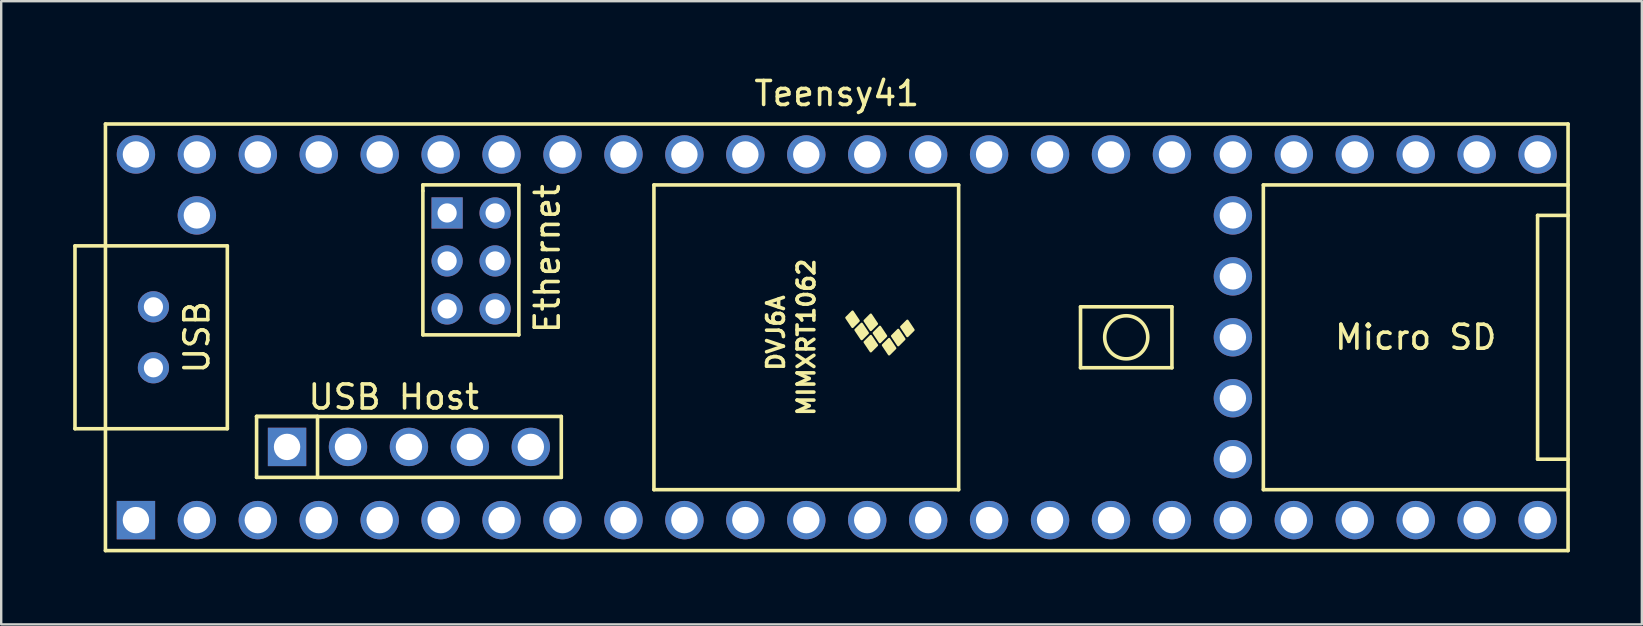
<source format=kicad_pcb>
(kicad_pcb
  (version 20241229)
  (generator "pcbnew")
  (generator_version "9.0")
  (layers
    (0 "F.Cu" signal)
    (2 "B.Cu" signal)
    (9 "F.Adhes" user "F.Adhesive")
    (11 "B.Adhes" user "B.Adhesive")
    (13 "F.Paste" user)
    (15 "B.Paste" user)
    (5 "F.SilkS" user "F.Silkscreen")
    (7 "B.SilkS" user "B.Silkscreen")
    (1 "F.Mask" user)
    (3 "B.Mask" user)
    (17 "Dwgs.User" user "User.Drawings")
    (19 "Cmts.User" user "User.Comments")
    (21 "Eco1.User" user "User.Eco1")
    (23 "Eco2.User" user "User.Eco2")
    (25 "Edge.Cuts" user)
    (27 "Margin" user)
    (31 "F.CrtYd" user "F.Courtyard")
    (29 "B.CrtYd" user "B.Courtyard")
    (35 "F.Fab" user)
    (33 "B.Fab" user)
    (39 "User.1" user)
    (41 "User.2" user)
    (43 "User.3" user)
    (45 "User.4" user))
  (footprint "Teensy41"
    (layer "F.Cu")
    (at 31.825 11.008)
    (property "Reference" "Teensy41" (at 0 -10.16 0) (layer "F.SilkS") (effects (font (size 1 1) (thickness 0.15))))
    (attr through_hole)
    (fp_line (start -31.75 -3.81) (end -30.48 -3.81) (stroke (width 0.15) (type solid)) (layer "F.SilkS"))
    (fp_line (start -31.75 3.81) (end -31.75 -3.81) (stroke (width 0.15) (type solid)) (layer "F.SilkS"))
    (fp_line (start -30.48 -8.89) (end 30.48 -8.89) (stroke (width 0.15) (type solid)) (layer "F.SilkS"))
    (fp_line (start -30.48 3.81) (end -31.75 3.81) (stroke (width 0.15) (type solid)) (layer "F.SilkS"))
    (fp_line (start -30.48 8.89) (end -30.48 -8.89) (stroke (width 0.15) (type solid)) (layer "F.SilkS"))
    (fp_line (start -25.4 -3.81) (end -30.48 -3.81) (stroke (width 0.15) (type solid)) (layer "F.SilkS"))
    (fp_line (start -25.4 3.81) (end -30.48 3.81) (stroke (width 0.15) (type solid)) (layer "F.SilkS"))
    (fp_line (start -25.4 3.81) (end -25.4 -3.81) (stroke (width 0.15) (type solid)) (layer "F.SilkS"))
    (fp_line (start -24.181 3.299) (end -21.641 3.299) (stroke (width 0.15) (type solid)) (layer "F.SilkS"))
    (fp_line (start -24.181 3.299) (end -11.481 3.299) (stroke (width 0.15) (type solid)) (layer "F.SilkS"))
    (fp_line (start -24.181 5.839) (end -24.181 3.299) (stroke (width 0.15) (type solid)) (layer "F.SilkS"))
    (fp_line (start -21.641 3.299) (end -21.641 5.839) (stroke (width 0.15) (type solid)) (layer "F.SilkS"))
    (fp_line (start -17.25 -6.352) (end -17.25 -6.102) (stroke (width 0.15) (type solid)) (layer "F.SilkS"))
    (fp_line (start -17.25 -6.102) (end -17.25 -0.102) (stroke (width 0.15) (type solid)) (layer "F.SilkS"))
    (fp_line (start -17.25 -0.102) (end -13.25 -0.102) (stroke (width 0.15) (type solid)) (layer "F.SilkS"))
    (fp_line (start -13.25 -6.352) (end -17.25 -6.352) (stroke (width 0.15) (type solid)) (layer "F.SilkS"))
    (fp_line (start -13.25 -0.102) (end -13.25 -6.352) (stroke (width 0.15) (type solid)) (layer "F.SilkS"))
    (fp_line (start -11.481 3.299) (end -11.481 5.839) (stroke (width 0.15) (type solid)) (layer "F.SilkS"))
    (fp_line (start -11.481 5.839) (end -24.181 5.839) (stroke (width 0.15) (type solid)) (layer "F.SilkS"))
    (fp_line (start -7.62 -6.35) (end -7.62 6.35) (stroke (width 0.15) (type solid)) (layer "F.SilkS"))
    (fp_line (start -7.62 6.35) (end 5.08 6.35) (stroke (width 0.15) (type solid)) (layer "F.SilkS"))
    (fp_line (start 5.08 -6.35) (end -7.62 -6.35) (stroke (width 0.15) (type solid)) (layer "F.SilkS"))
    (fp_line (start 5.08 6.35) (end 5.08 -6.35) (stroke (width 0.15) (type solid)) (layer "F.SilkS"))
    (fp_line (start 10.16 -1.27) (end 13.97 -1.27) (stroke (width 0.15) (type solid)) (layer "F.SilkS"))
    (fp_line (start 10.16 1.27) (end 10.16 -1.27) (stroke (width 0.15) (type solid)) (layer "F.SilkS"))
    (fp_line (start 13.97 -1.27) (end 13.97 1.27) (stroke (width 0.15) (type solid)) (layer "F.SilkS"))
    (fp_line (start 13.97 1.27) (end 10.16 1.27) (stroke (width 0.15) (type solid)) (layer "F.SilkS"))
    (fp_line (start 17.78 -6.35) (end 17.78 6.35) (stroke (width 0.15) (type solid)) (layer "F.SilkS"))
    (fp_line (start 17.78 6.35) (end 30.48 6.35) (stroke (width 0.15) (type solid)) (layer "F.SilkS"))
    (fp_line (start 29.21 -5.08) (end 29.21 5.08) (stroke (width 0.15) (type solid)) (layer "F.SilkS"))
    (fp_line (start 29.21 5.08) (end 30.48 5.08) (stroke (width 0.15) (type solid)) (layer "F.SilkS"))
    (fp_line (start 30.48 -8.89) (end 30.48 8.89) (stroke (width 0.15) (type solid)) (layer "F.SilkS"))
    (fp_line (start 30.48 -6.35) (end 17.78 -6.35) (stroke (width 0.15) (type solid)) (layer "F.SilkS"))
    (fp_line (start 30.48 -5.08) (end 29.21 -5.08) (stroke (width 0.15) (type solid)) (layer "F.SilkS"))
    (fp_line (start 30.48 8.89) (end -30.48 8.89) (stroke (width 0.15) (type solid)) (layer "F.SilkS"))
    (fp_circle (center 12.065 0) (end 12.7 -0.635) (stroke (width 0.15) (type solid)) (fill no) (layer "F.SilkS"))
    (fp_poly (pts (xy 0.911 -0.688) (xy 0.657 -0.434) (xy 0.403 -0.815) (xy 0.657 -1.069)) (stroke (width 0.1) (type solid)) (fill yes) (layer "F.SilkS"))
    (fp_poly (pts (xy 1.292 -0.18) (xy 1.038 0.074) (xy 0.784 -0.307) (xy 1.038 -0.561)) (stroke (width 0.1) (type solid)) (fill yes) (layer "F.SilkS"))
    (fp_poly (pts (xy 1.673 -0.561) (xy 1.419 -0.307) (xy 1.165 -0.688) (xy 1.419 -0.942)) (stroke (width 0.1) (type solid)) (fill yes) (layer "F.SilkS"))
    (fp_poly (pts (xy 1.673 0.328) (xy 1.419 0.582) (xy 1.165 0.201) (xy 1.419 -0.053)) (stroke (width 0.1) (type solid)) (fill yes) (layer "F.SilkS"))
    (fp_poly (pts (xy 2.054 -0.053) (xy 1.8 0.201) (xy 1.546 -0.18) (xy 1.8 -0.434)) (stroke (width 0.1) (type solid)) (fill yes) (layer "F.SilkS"))
    (fp_poly (pts (xy 2.435 0.455) (xy 2.181 0.709) (xy 1.927 0.328) (xy 2.181 0.074)) (stroke (width 0.1) (type solid)) (fill yes) (layer "F.SilkS"))
    (fp_poly (pts (xy 2.816 0.074) (xy 2.562 0.328) (xy 2.308 -0.053) (xy 2.562 -0.307)) (stroke (width 0.1) (type solid)) (fill yes) (layer "F.SilkS"))
    (fp_poly (pts (xy 3.197 -0.307) (xy 2.943 -0.053) (xy 2.689 -0.434) (xy 2.943 -0.688)) (stroke (width 0.1) (type solid)) (fill yes) (layer "F.SilkS"))
    (fp_text user "DVJ6A" (at -2.54 -0.18 270) (layer "F.SilkS") (effects (font (size 0.7 0.7) (thickness 0.15))))
    (fp_text user "Ethernet" (at -12.065 -3.277 90) (layer "F.SilkS") (effects (font (size 1 1) (thickness 0.15))))
    (fp_text user "USB" (at -26.67 0 270) (layer "F.SilkS") (effects (font (size 1 1) (thickness 0.15))))
    (fp_text user "Micro SD" (at 24.13 0 0) (layer "F.SilkS") (effects (font (size 1 1) (thickness 0.15))))
    (fp_text user "MIMXRT1062" (at -1.27 0 270) (layer "F.SilkS") (effects (font (size 0.7 0.7) (thickness 0.15))))
    (fp_text user "USB Host" (at -18.466 2.489 0) (layer "F.SilkS") (effects (font (size 1 1) (thickness 0.15))))
    (pad "1" thru_hole rect (at -29.21 7.62) (size 1.6 1.6) (drill 1.1) (layers "*.Cu" "*.Mask"))
    (pad "2" thru_hole circle (at -26.67 7.62) (size 1.6 1.6) (drill 1.1) (layers "*.Cu" "*.Mask"))
    (pad "3" thru_hole circle (at -24.13 7.62) (size 1.6 1.6) (drill 1.1) (layers "*.Cu" "*.Mask"))
    (pad "4" thru_hole circle (at -21.59 7.62) (size 1.6 1.6) (drill 1.1) (layers "*.Cu" "*.Mask"))
    (pad "5" thru_hole circle (at -19.05 7.62) (size 1.6 1.6) (drill 1.1) (layers "*.Cu" "*.Mask"))
    (pad "6" thru_hole circle (at -16.51 7.62) (size 1.6 1.6) (drill 1.1) (layers "*.Cu" "*.Mask"))
    (pad "7" thru_hole circle (at -13.97 7.62) (size 1.6 1.6) (drill 1.1) (layers "*.Cu" "*.Mask"))
    (pad "8" thru_hole circle (at -11.43 7.62) (size 1.6 1.6) (drill 1.1) (layers "*.Cu" "*.Mask"))
    (pad "9" thru_hole circle (at -8.89 7.62) (size 1.6 1.6) (drill 1.1) (layers "*.Cu" "*.Mask"))
    (pad "10" thru_hole circle (at -6.35 7.62) (size 1.6 1.6) (drill 1.1) (layers "*.Cu" "*.Mask"))
    (pad "11" thru_hole circle (at -3.81 7.62) (size 1.6 1.6) (drill 1.1) (layers "*.Cu" "*.Mask"))
    (pad "12" thru_hole circle (at -1.27 7.62) (size 1.6 1.6) (drill 1.1) (layers "*.Cu" "*.Mask"))
    (pad "13" thru_hole circle (at 1.27 7.62) (size 1.6 1.6) (drill 1.1) (layers "*.Cu" "*.Mask"))
    (pad "14" thru_hole circle (at 3.81 7.62) (size 1.6 1.6) (drill 1.1) (layers "*.Cu" "*.Mask"))
    (pad "15" thru_hole circle (at 6.35 7.62) (size 1.6 1.6) (drill 1.1) (layers "*.Cu" "*.Mask"))
    (pad "16" thru_hole circle (at 8.89 7.62) (size 1.6 1.6) (drill 1.1) (layers "*.Cu" "*.Mask"))
    (pad "17" thru_hole circle (at 11.43 7.62) (size 1.6 1.6) (drill 1.1) (layers "*.Cu" "*.Mask"))
    (pad "18" thru_hole circle (at 13.97 7.62) (size 1.6 1.6) (drill 1.1) (layers "*.Cu" "*.Mask"))
    (pad "19" thru_hole circle (at 16.51 7.62) (size 1.6 1.6) (drill 1.1) (layers "*.Cu" "*.Mask"))
    (pad "20" thru_hole circle (at 19.05 7.62) (size 1.6 1.6) (drill 1.1) (layers "*.Cu" "*.Mask"))
    (pad "21" thru_hole circle (at 21.59 7.62) (size 1.6 1.6) (drill 1.1) (layers "*.Cu" "*.Mask"))
    (pad "22" thru_hole circle (at 24.13 7.62) (size 1.6 1.6) (drill 1.1) (layers "*.Cu" "*.Mask"))
    (pad "23" thru_hole circle (at 26.67 7.62) (size 1.6 1.6) (drill 1.1) (layers "*.Cu" "*.Mask"))
    (pad "24" thru_hole circle (at 29.21 7.62) (size 1.6 1.6) (drill 1.1) (layers "*.Cu" "*.Mask"))
    (pad "25" thru_hole circle (at 29.21 -7.62) (size 1.6 1.6) (drill 1.1) (layers "*.Cu" "*.Mask"))
    (pad "26" thru_hole circle (at 26.67 -7.62) (size 1.6 1.6) (drill 1.1) (layers "*.Cu" "*.Mask"))
    (pad "27" thru_hole circle (at 24.13 -7.62) (size 1.6 1.6) (drill 1.1) (layers "*.Cu" "*.Mask"))
    (pad "28" thru_hole circle (at 21.59 -7.62) (size 1.6 1.6) (drill 1.1) (layers "*.Cu" "*.Mask"))
    (pad "29" thru_hole circle (at 19.05 -7.62) (size 1.6 1.6) (drill 1.1) (layers "*.Cu" "*.Mask"))
    (pad "30" thru_hole circle (at 16.51 -7.62) (size 1.6 1.6) (drill 1.1) (layers "*.Cu" "*.Mask"))
    (pad "31" thru_hole circle (at 13.97 -7.62) (size 1.6 1.6) (drill 1.1) (layers "*.Cu" "*.Mask"))
    (pad "32" thru_hole circle (at 11.43 -7.62) (size 1.6 1.6) (drill 1.1) (layers "*.Cu" "*.Mask"))
    (pad "33" thru_hole circle (at 8.89 -7.62) (size 1.6 1.6) (drill 1.1) (layers "*.Cu" "*.Mask"))
    (pad "34" thru_hole circle (at 6.35 -7.62) (size 1.6 1.6) (drill 1.1) (layers "*.Cu" "*.Mask"))
    (pad "35" thru_hole circle (at 3.81 -7.62) (size 1.6 1.6) (drill 1.1) (layers "*.Cu" "*.Mask"))
    (pad "36" thru_hole circle (at 1.27 -7.62) (size 1.6 1.6) (drill 1.1) (layers "*.Cu" "*.Mask"))
    (pad "37" thru_hole circle (at -1.27 -7.62) (size 1.6 1.6) (drill 1.1) (layers "*.Cu" "*.Mask"))
    (pad "38" thru_hole circle (at -3.81 -7.62) (size 1.6 1.6) (drill 1.1) (layers "*.Cu" "*.Mask"))
    (pad "39" thru_hole circle (at -6.35 -7.62) (size 1.6 1.6) (drill 1.1) (layers "*.Cu" "*.Mask"))
    (pad "40" thru_hole circle (at -8.89 -7.62) (size 1.6 1.6) (drill 1.1) (layers "*.Cu" "*.Mask"))
    (pad "41" thru_hole circle (at -11.43 -7.62) (size 1.6 1.6) (drill 1.1) (layers "*.Cu" "*.Mask"))
    (pad "42" thru_hole circle (at -13.97 -7.62) (size 1.6 1.6) (drill 1.1) (layers "*.Cu" "*.Mask"))
    (pad "43" thru_hole circle (at -16.51 -7.62) (size 1.6 1.6) (drill 1.1) (layers "*.Cu" "*.Mask"))
    (pad "44" thru_hole circle (at -19.05 -7.62) (size 1.6 1.6) (drill 1.1) (layers "*.Cu" "*.Mask"))
    (pad "45" thru_hole circle (at -21.59 -7.62) (size 1.6 1.6) (drill 1.1) (layers "*.Cu" "*.Mask"))
    (pad "46" thru_hole circle (at -24.13 -7.62) (size 1.6 1.6) (drill 1.1) (layers "*.Cu" "*.Mask"))
    (pad "47" thru_hole circle (at -26.67 -7.62) (size 1.6 1.6) (drill 1.1) (layers "*.Cu" "*.Mask"))
    (pad "48" thru_hole circle (at -29.21 -7.62) (size 1.6 1.6) (drill 1.1) (layers "*.Cu" "*.Mask"))
    (pad "49" thru_hole circle (at -26.67 -5.08) (size 1.6 1.6) (drill 1.1) (layers "*.Cu" "*.Mask"))
    (pad "50" thru_hole circle (at 16.51 5.08) (size 1.6 1.6) (drill 1.1) (layers "*.Cu" "*.Mask"))
    (pad "51" thru_hole circle (at 16.51 2.54) (size 1.6 1.6) (drill 1.1) (layers "*.Cu" "*.Mask"))
    (pad "52" thru_hole circle (at 16.51 0) (size 1.6 1.6) (drill 1.1) (layers "*.Cu" "*.Mask"))
    (pad "53" thru_hole circle (at 16.51 -2.54) (size 1.6 1.6) (drill 1.1) (layers "*.Cu" "*.Mask"))
    (pad "54" thru_hole circle (at 16.51 -5.08) (size 1.6 1.6) (drill 1.1) (layers "*.Cu" "*.Mask"))
    (pad "55" thru_hole rect (at -22.911 4.569) (size 1.6 1.6) (drill 1.1) (layers "*.Cu" "*.Mask"))
    (pad "56" thru_hole circle (at -20.371 4.569) (size 1.6 1.6) (drill 1.1) (layers "*.Cu" "*.Mask"))
    (pad "57" thru_hole circle (at -17.831 4.569) (size 1.6 1.6) (drill 1.1) (layers "*.Cu" "*.Mask"))
    (pad "58" thru_hole circle (at -15.291 4.569) (size 1.6 1.6) (drill 1.1) (layers "*.Cu" "*.Mask"))
    (pad "59" thru_hole circle (at -12.751 4.569) (size 1.6 1.6) (drill 1.1) (layers "*.Cu" "*.Mask"))
    (pad "60" thru_hole rect (at -16.24 -5.182) (size 1.3 1.3) (drill 0.8) (layers "*.Cu" "*.Mask"))
    (pad "61" thru_hole circle (at -16.24 -3.182) (size 1.3 1.3) (drill 0.8) (layers "*.Cu" "*.Mask"))
    (pad "62" thru_hole circle (at -16.24 -1.182) (size 1.3 1.3) (drill 0.8) (layers "*.Cu" "*.Mask"))
    (pad "63" thru_hole circle (at -14.24 -1.182) (size 1.3 1.3) (drill 0.8) (layers "*.Cu" "*.Mask"))
    (pad "64" thru_hole circle (at -14.24 -3.182) (size 1.3 1.3) (drill 0.8) (layers "*.Cu" "*.Mask"))
    (pad "65" thru_hole circle (at -14.24 -5.182) (size 1.3 1.3) (drill 0.8) (layers "*.Cu" "*.Mask"))
    (pad "66" thru_hole circle (at -28.48 -1.27) (size 1.3 1.3) (drill 0.8) (layers "*.Cu" "*.Mask"))
    (pad "67" thru_hole circle (at -28.48 1.27) (size 1.3 1.3) (drill 0.8) (layers "*.Cu" "*.Mask")))
  (gr_rect
    (start -3 -3)
    (end 65.38 22.973)
    (stroke (width 0.1) (type default))
    (fill no)
    (layer "Edge.Cuts")))
</source>
